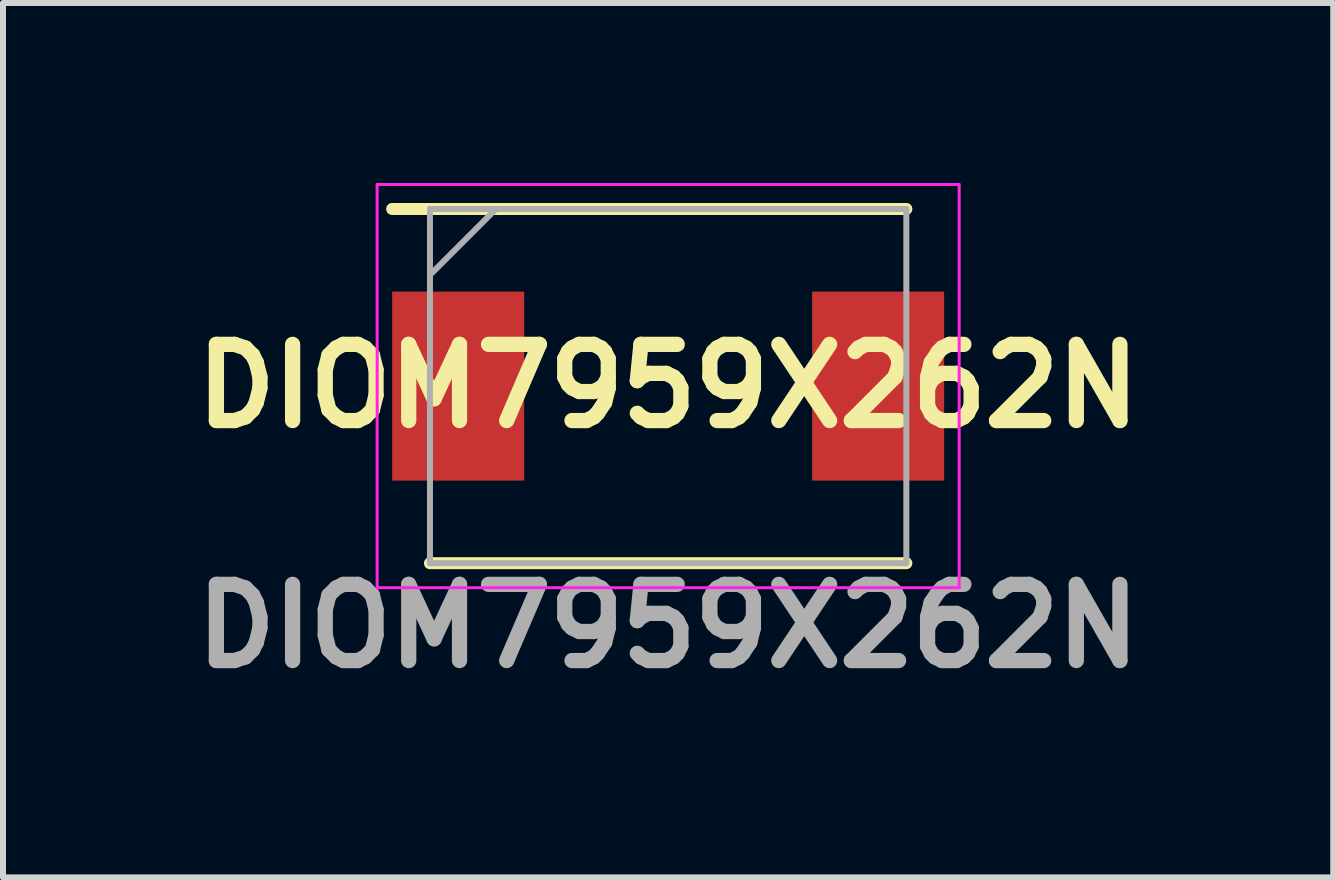
<source format=kicad_pcb>
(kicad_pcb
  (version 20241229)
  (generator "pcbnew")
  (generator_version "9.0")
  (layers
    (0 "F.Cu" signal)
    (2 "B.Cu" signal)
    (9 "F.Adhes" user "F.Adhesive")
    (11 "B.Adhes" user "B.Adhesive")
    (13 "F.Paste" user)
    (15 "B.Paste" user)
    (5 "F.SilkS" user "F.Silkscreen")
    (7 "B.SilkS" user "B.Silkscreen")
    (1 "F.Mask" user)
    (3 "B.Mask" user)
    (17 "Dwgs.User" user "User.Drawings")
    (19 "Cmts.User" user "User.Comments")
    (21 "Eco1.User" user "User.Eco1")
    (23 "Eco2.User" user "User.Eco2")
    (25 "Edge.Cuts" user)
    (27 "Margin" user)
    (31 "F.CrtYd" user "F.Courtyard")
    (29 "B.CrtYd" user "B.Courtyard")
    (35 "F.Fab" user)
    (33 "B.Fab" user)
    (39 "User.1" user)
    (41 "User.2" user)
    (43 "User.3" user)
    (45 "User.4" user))
  (footprint "DIOM7959X262N"
    (layer "F.Cu")
    (at 8.086 3.385)
    (property "Reference" "DIOM7959X262N" (at 0 0 0) (layer "F.SilkS") (effects (font (size 1.27 1.27) (thickness 0.254))))
    (attr smd)
    (fp_line (start -3.97 2.952) (end 3.97 2.952) (stroke (width 0.2) (type solid)) (layer "F.SilkS"))
    (fp_line (start 3.97 -2.952) (end -4.6 -2.952) (stroke (width 0.2) (type solid)) (layer "F.SilkS"))
    (fp_line (start -4.85 -3.36) (end 4.85 -3.36) (stroke (width 0.05) (type solid)) (layer "F.CrtYd"))
    (fp_line (start -4.85 3.36) (end -4.85 -3.36) (stroke (width 0.05) (type solid)) (layer "F.CrtYd"))
    (fp_line (start 4.85 -3.36) (end 4.85 3.36) (stroke (width 0.05) (type solid)) (layer "F.CrtYd"))
    (fp_line (start 4.85 3.36) (end -4.85 3.36) (stroke (width 0.05) (type solid)) (layer "F.CrtYd"))
    (fp_line (start -3.97 -2.952) (end 3.97 -2.952) (stroke (width 0.1) (type solid)) (layer "F.Fab"))
    (fp_line (start -3.97 -1.852) (end -2.87 -2.952) (stroke (width 0.1) (type solid)) (layer "F.Fab"))
    (fp_line (start -3.97 2.952) (end -3.97 -2.952) (stroke (width 0.1) (type solid)) (layer "F.Fab"))
    (fp_line (start 3.97 -2.952) (end 3.97 2.952) (stroke (width 0.1) (type solid)) (layer "F.Fab"))
    (fp_line (start 3.97 2.952) (end -3.97 2.952) (stroke (width 0.1) (type solid)) (layer "F.Fab"))
    (fp_text user "${REFERENCE}" (at 0 4 0) (layer "F.Fab") (effects (font (size 1.27 1.27) (thickness 0.254))))
    (pad "1" smd rect (at -3.5 0) (size 2.2 3.15) (layers "F.Cu" "F.Mask" "F.Paste"))
    (pad "2" smd rect (at 3.5 0) (size 2.2 3.15) (layers "F.Cu" "F.Mask" "F.Paste")))
  (gr_rect
    (start -3 -3)
    (end 19.171 11.574)
    (stroke (width 0.1) (type default))
    (fill no)
    (layer "Edge.Cuts")))
</source>
